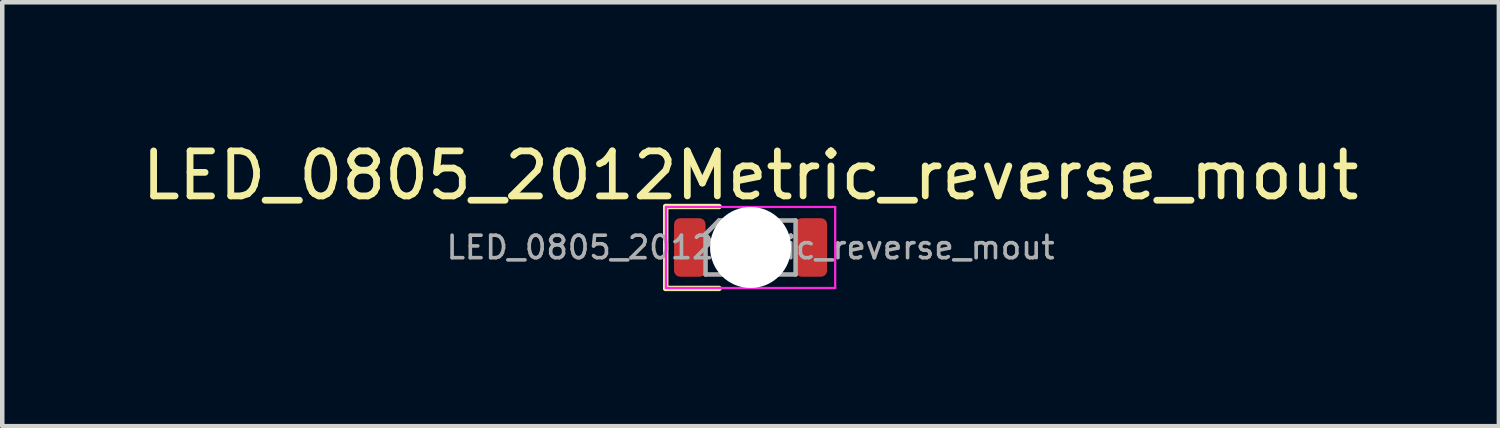
<source format=kicad_pcb>
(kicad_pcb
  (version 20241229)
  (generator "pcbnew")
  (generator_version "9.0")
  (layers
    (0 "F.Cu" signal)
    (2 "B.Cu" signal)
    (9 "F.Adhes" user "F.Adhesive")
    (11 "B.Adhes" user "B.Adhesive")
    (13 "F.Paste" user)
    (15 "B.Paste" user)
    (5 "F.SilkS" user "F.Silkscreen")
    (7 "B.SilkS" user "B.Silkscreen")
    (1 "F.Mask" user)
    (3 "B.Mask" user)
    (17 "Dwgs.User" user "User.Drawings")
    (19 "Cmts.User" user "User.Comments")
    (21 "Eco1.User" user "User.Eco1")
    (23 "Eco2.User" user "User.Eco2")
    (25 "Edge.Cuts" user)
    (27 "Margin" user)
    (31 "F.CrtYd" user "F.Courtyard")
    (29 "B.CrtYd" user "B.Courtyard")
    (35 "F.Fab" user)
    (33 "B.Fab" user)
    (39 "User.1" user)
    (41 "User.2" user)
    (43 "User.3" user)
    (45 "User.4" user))
  (footprint "LED_0805_2012Metric_reverse_mout"
    (layer "F.Cu")
    (at 13.625 2.448)
    (property "Reference" "LED_0805_2012Metric_reverse_mout" (at 0 -1.6 0) (layer "F.SilkS") (effects (font (size 1 1) (thickness 0.15))))
    (attr smd)
    (fp_line (start -1.885 -0.91) (end -1.885 0.91) (stroke (width 0.12) (type solid)) (layer "F.SilkS"))
    (fp_line (start -1.885 0.91) (end -0.7 0.91) (stroke (width 0.12) (type solid)) (layer "F.SilkS"))
    (fp_line (start -0.7 -0.91) (end -1.885 -0.91) (stroke (width 0.12) (type solid)) (layer "F.SilkS"))
    (fp_line (start -1.88 -0.9) (end 1.88 -0.9) (stroke (width 0.05) (type solid)) (layer "F.CrtYd"))
    (fp_line (start -1.88 0.9) (end -1.88 -0.9) (stroke (width 0.05) (type solid)) (layer "F.CrtYd"))
    (fp_line (start 1.88 -0.9) (end 1.88 0.9) (stroke (width 0.05) (type solid)) (layer "F.CrtYd"))
    (fp_line (start 1.88 0.9) (end -1.88 0.9) (stroke (width 0.05) (type solid)) (layer "F.CrtYd"))
    (fp_line (start -1 -0.3) (end -1 0.6) (stroke (width 0.1) (type solid)) (layer "F.Fab"))
    (fp_line (start -1 0.6) (end 1 0.6) (stroke (width 0.1) (type solid)) (layer "F.Fab"))
    (fp_line (start -0.7 -0.6) (end -1 -0.3) (stroke (width 0.1) (type solid)) (layer "F.Fab"))
    (fp_line (start 1 -0.6) (end -0.7 -0.6) (stroke (width 0.1) (type solid)) (layer "F.Fab"))
    (fp_line (start 1 0.6) (end 1 -0.6) (stroke (width 0.1) (type solid)) (layer "F.Fab"))
    (fp_text user "${REFERENCE}" (at 0 0 0) (layer "F.Fab") (effects (font (size 0.5 0.5) (thickness 0.08))))
    (pad "" np_thru_hole circle (at 0 0) (size 1.8 1.8) (drill 1.8) (layers "*.Cu" "*.Mask"))
    (pad "1" smd roundrect (at -1.35 0) (size 0.7 1.3) (layers "F.Cu" "F.Mask" "F.Paste") (roundrect_rratio 0.192))
    (pad "2" smd roundrect (at 1.35 0) (size 0.7 1.3) (layers "F.Cu" "F.Mask" "F.Paste") (roundrect_rratio 0.192)))
  (gr_rect
    (start -3 -3)
    (end 30.25 6.418)
    (stroke (width 0.1) (type default))
    (fill no)
    (layer "Edge.Cuts")))
</source>
